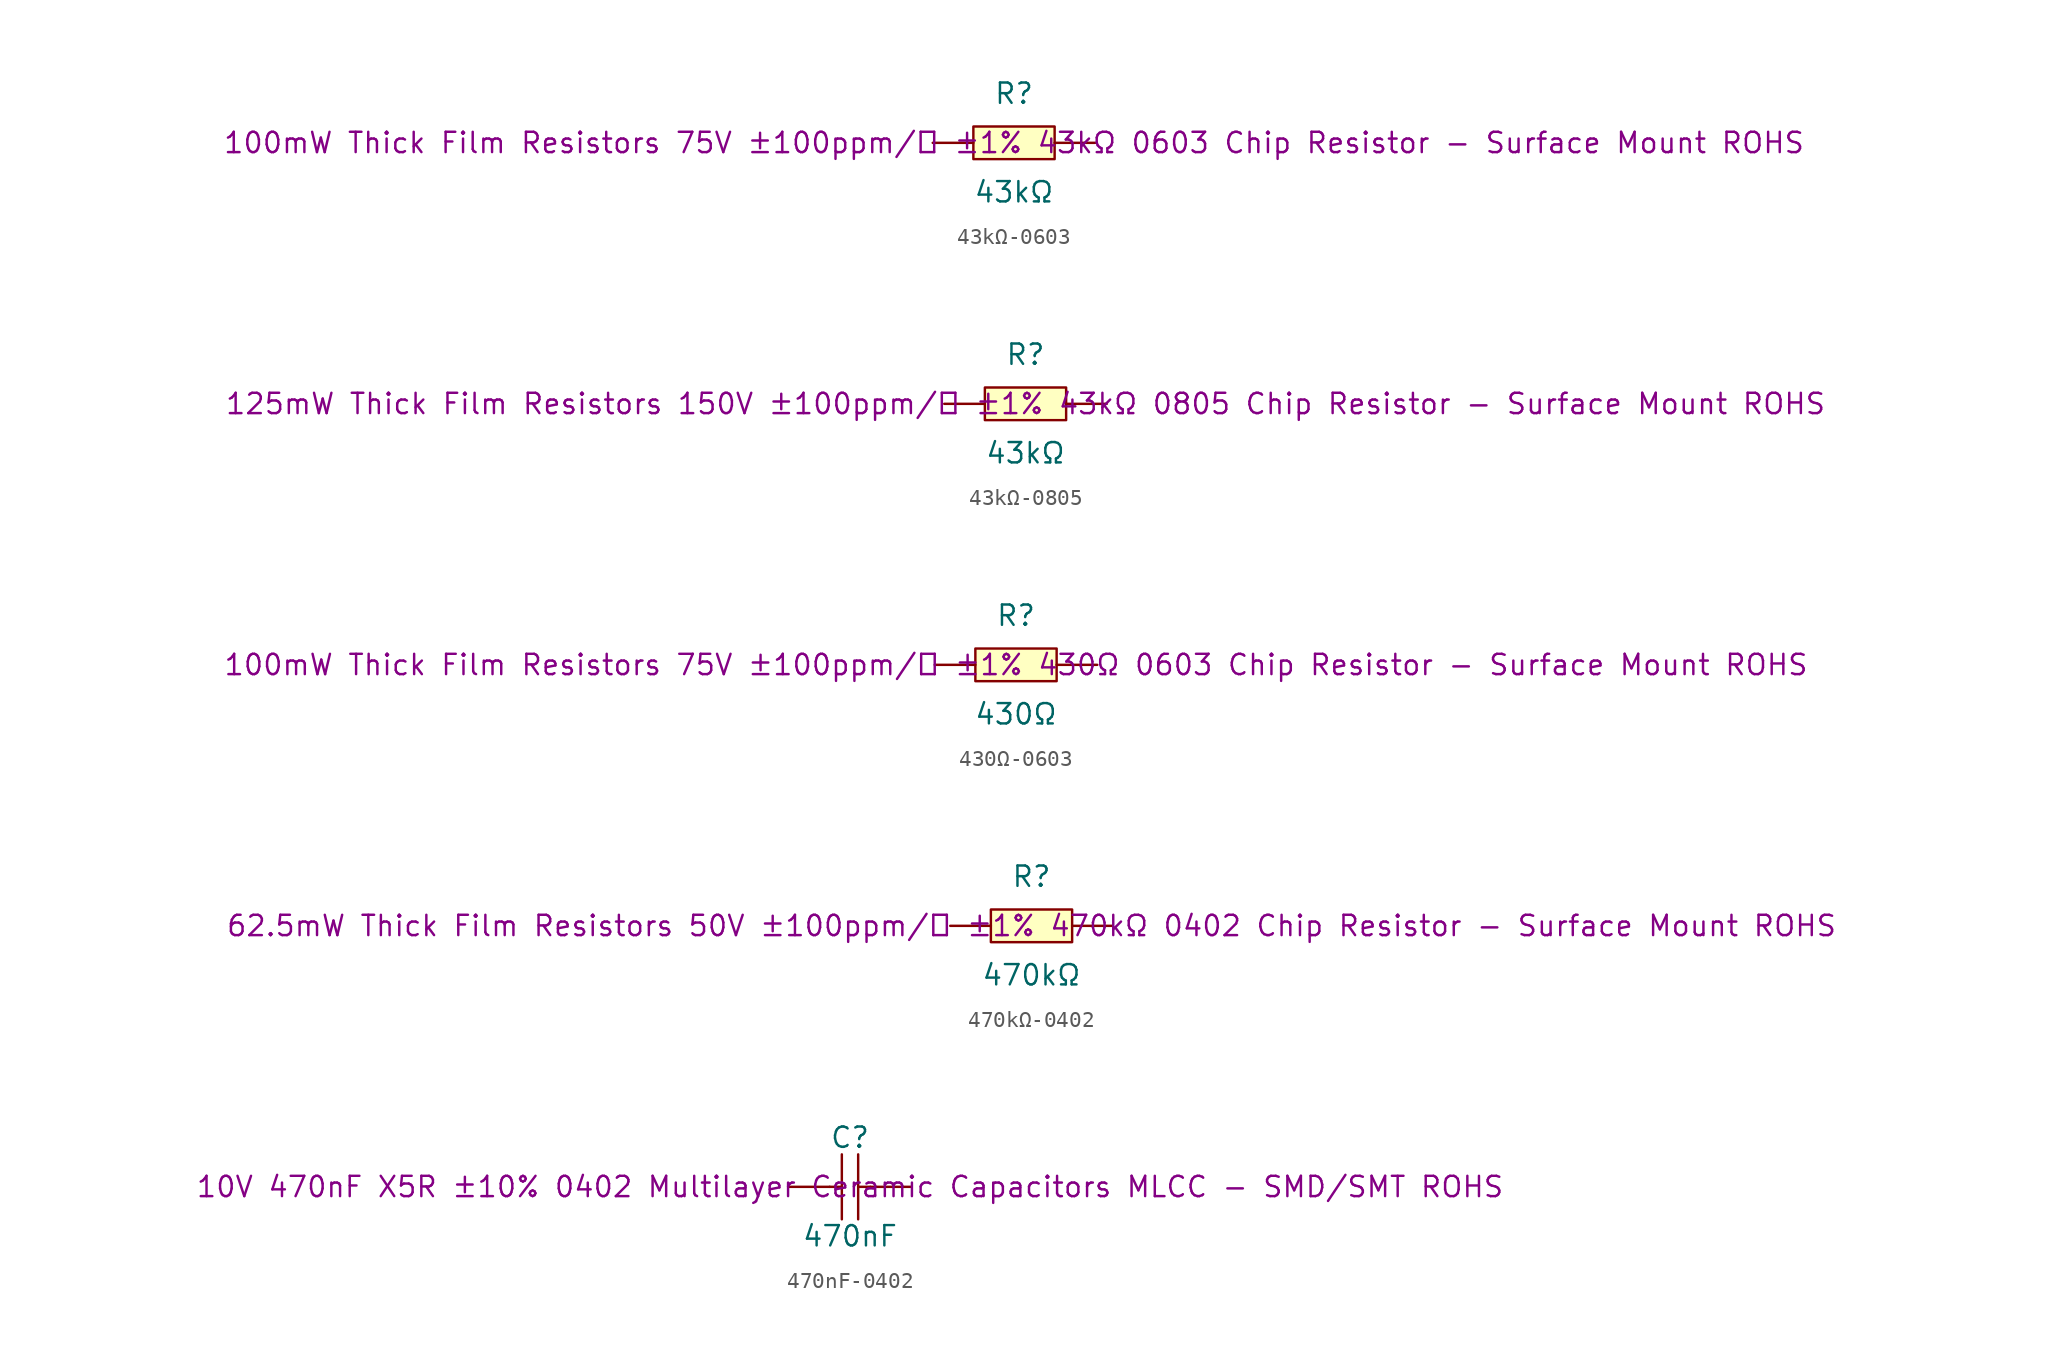
<source format=kicad_sym>
(kicad_symbol_lib
  (version 20241209)
  (generator "kicad_symbol_editor")
  (generator_version "9.0")
  (symbol "43kΩ-0603"
    (pin_numbers
      (hide yes))
    (pin_names
      (hide yes))
    (property "Reference" "R"
      (at 0 3.08 0)
      (effects (font (size 1.27 1.27))))
    (property "Value" "43kΩ"
      (at 0 -3.08 0)
      (effects (font (size 1.27 1.27))))
    (property "Description" "100mW Thick Film Resistors 75V ±100ppm/℃ ±1% 43kΩ 0603 Chip Resistor - Surface Mount ROHS"
      (at 0 0 0)
      (effects (font (size 1.27 1.27))))
    (symbol "43kΩ-0603_0_1"
      (rectangle (start -2.54 1.02) (end 2.54 -1.02) (stroke (width 0) (type default)) (fill (type background)))
      (pin input line (at -5.08 0 0) (length 2.54) (name "1" (effects (font (size 1.27 1.27)))) (number "1" (effects (font (size 1.27 1.27)))))
      (pin input line (at 5.08 0 180) (length 2.54) (name "2" (effects (font (size 1.27 1.27)))) (number "2" (effects (font (size 1.27 1.27)))))))
  (symbol "43kΩ-0805"
    (pin_numbers
      (hide yes))
    (pin_names
      (hide yes))
    (property "Reference" "R"
      (at 0 3.08 0)
      (effects (font (size 1.27 1.27))))
    (property "Value" "43kΩ"
      (at 0 -3.08 0)
      (effects (font (size 1.27 1.27))))
    (property "Description" "125mW Thick Film Resistors 150V ±100ppm/℃ ±1% 43kΩ 0805 Chip Resistor - Surface Mount ROHS"
      (at 0 0 0)
      (effects (font (size 1.27 1.27))))
    (symbol "43kΩ-0805_0_1"
      (rectangle (start -2.54 1.02) (end 2.54 -1.02) (stroke (width 0) (type default)) (fill (type background)))
      (pin input line (at -5.08 0 0) (length 2.54) (name "1" (effects (font (size 1.27 1.27)))) (number "1" (effects (font (size 1.27 1.27)))))
      (pin input line (at 5.08 0 180) (length 2.54) (name "2" (effects (font (size 1.27 1.27)))) (number "2" (effects (font (size 1.27 1.27)))))))
  (symbol "430Ω-0603"
    (pin_numbers
      (hide yes))
    (pin_names
      (hide yes))
    (property "Reference" "R"
      (at 0 3.08 0)
      (effects (font (size 1.27 1.27))))
    (property "Value" "430Ω"
      (at 0 -3.08 0)
      (effects (font (size 1.27 1.27))))
    (property "Description" "100mW Thick Film Resistors 75V ±100ppm/℃ ±1% 430Ω 0603 Chip Resistor - Surface Mount ROHS"
      (at 0 0 0)
      (effects (font (size 1.27 1.27))))
    (symbol "430Ω-0603_0_1"
      (rectangle (start -2.54 1.02) (end 2.54 -1.02) (stroke (width 0) (type default)) (fill (type background)))
      (pin input line (at -5.08 0 0) (length 2.54) (name "1" (effects (font (size 1.27 1.27)))) (number "1" (effects (font (size 1.27 1.27)))))
      (pin input line (at 5.08 0 180) (length 2.54) (name "2" (effects (font (size 1.27 1.27)))) (number "2" (effects (font (size 1.27 1.27)))))))
  (symbol "470kΩ-0402"
    (pin_numbers
      (hide yes))
    (pin_names
      (hide yes))
    (property "Reference" "R"
      (at 0 3.08 0)
      (effects (font (size 1.27 1.27))))
    (property "Value" "470kΩ"
      (at 0 -3.08 0)
      (effects (font (size 1.27 1.27))))
    (property "Description" "62.5mW Thick Film Resistors 50V ±100ppm/℃ ±1% 470kΩ 0402 Chip Resistor - Surface Mount ROHS"
      (at 0 0 0)
      (effects (font (size 1.27 1.27))))
    (symbol "470kΩ-0402_0_1"
      (rectangle (start -2.54 1.02) (end 2.54 -1.02) (stroke (width 0) (type default)) (fill (type background)))
      (pin input line (at -5.08 0 0) (length 2.54) (name "1" (effects (font (size 1.27 1.27)))) (number "1" (effects (font (size 1.27 1.27)))))
      (pin input line (at 5.08 0 180) (length 2.54) (name "2" (effects (font (size 1.27 1.27)))) (number "2" (effects (font (size 1.27 1.27)))))))
  (symbol "470nF-0402"
    (pin_numbers
      (hide yes))
    (pin_names
      (hide yes))
    (property "Reference" "C"
      (at 0 3.08 0)
      (effects (font (size 1.27 1.27))))
    (property "Value" "470nF"
      (at 0 -3.08 0)
      (effects (font (size 1.27 1.27))))
    (property "Description" "10V 470nF X5R ±10% 0402 Multilayer Ceramic Capacitors MLCC - SMD/SMT ROHS"
      (at 0 0 0)
      (effects (font (size 1.27 1.27))))
    (symbol "470nF-0402_0_1"
      (polyline (pts (xy -1.27 0) (xy -0.51 0)) (stroke (width 0) (type default)) (fill (type none)))
      (polyline (pts (xy -0.51 2.03) (xy -0.51 -2.03)) (stroke (width 0) (type default)) (fill (type none)))
      (polyline (pts (xy 0.51 2.03) (xy 0.51 -2.03)) (stroke (width 0) (type default)) (fill (type none)))
      (polyline (pts (xy 0.51 0) (xy 1.27 0)) (stroke (width 0) (type default)) (fill (type none)))
      (pin input line (at -3.81 0 0) (length 2.54) (name "1" (effects (font (size 1.27 1.27)))) (number "1" (effects (font (size 1.27 1.27)))))
      (pin input line (at 3.81 0 180) (length 2.54) (name "2" (effects (font (size 1.27 1.27)))) (number "2" (effects (font (size 1.27 1.27))))))))
</source>
